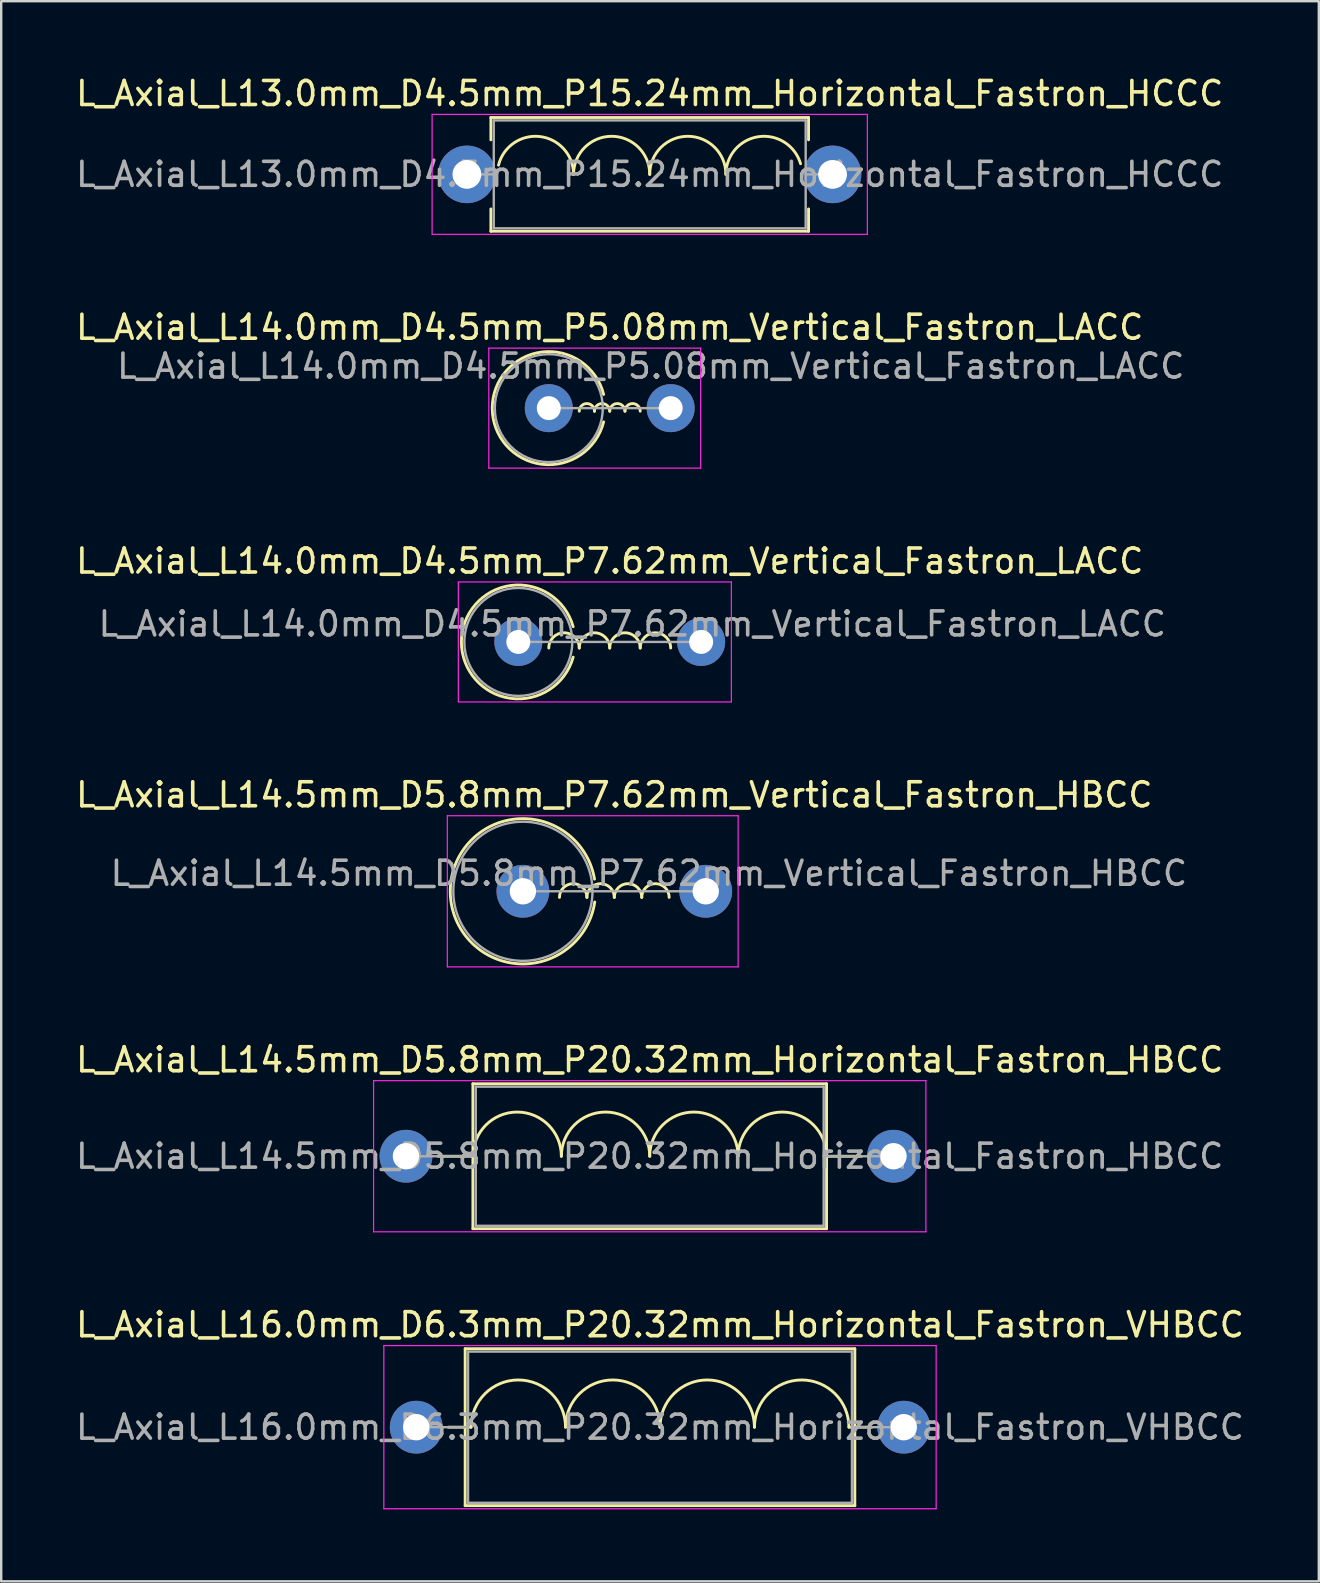
<source format=kicad_pcb>
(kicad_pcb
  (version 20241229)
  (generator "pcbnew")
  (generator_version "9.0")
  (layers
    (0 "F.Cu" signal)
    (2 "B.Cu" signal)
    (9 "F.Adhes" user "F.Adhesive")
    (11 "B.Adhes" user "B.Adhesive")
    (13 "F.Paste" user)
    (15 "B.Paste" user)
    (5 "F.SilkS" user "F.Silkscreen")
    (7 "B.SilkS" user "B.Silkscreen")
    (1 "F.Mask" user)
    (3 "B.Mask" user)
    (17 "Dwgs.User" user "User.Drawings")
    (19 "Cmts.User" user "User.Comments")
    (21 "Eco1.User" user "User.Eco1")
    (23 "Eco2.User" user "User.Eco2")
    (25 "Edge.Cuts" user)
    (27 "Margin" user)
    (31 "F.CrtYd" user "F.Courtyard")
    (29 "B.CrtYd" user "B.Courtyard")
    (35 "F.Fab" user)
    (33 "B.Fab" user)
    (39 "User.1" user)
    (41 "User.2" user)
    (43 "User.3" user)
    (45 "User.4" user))
  (footprint "L_Axial_L14.5mm_D5.8mm_P20.32mm_Horizontal_Fastron_HBCC"
    (layer "F.Cu")
    (at 13.87 45.141)
    (property "Reference" "L_Axial_L14.5mm_D5.8mm_P20.32mm_Horizontal_Fastron_HBCC" (at 10.16 -4.02 0) (layer "F.SilkS") (effects (font (size 1 1) (thickness 0.15))))
    (attr through_hole)
    (fp_line (start 1.34 0) (end 2.79 0) (stroke (width 0.12) (type solid)) (layer "F.SilkS"))
    (fp_line (start 2.79 -3.02) (end 2.79 3.02) (stroke (width 0.12) (type solid)) (layer "F.SilkS"))
    (fp_line (start 2.79 3.02) (end 17.53 3.02) (stroke (width 0.12) (type solid)) (layer "F.SilkS"))
    (fp_line (start 17.53 -3.02) (end 2.79 -3.02) (stroke (width 0.12) (type solid)) (layer "F.SilkS"))
    (fp_line (start 17.53 3.02) (end 17.53 -3.02) (stroke (width 0.12) (type solid)) (layer "F.SilkS"))
    (fp_line (start 18.98 0) (end 17.53 0) (stroke (width 0.12) (type solid)) (layer "F.SilkS"))
    (fp_arc (start 2.794 0) (mid 4.6355 -1.8415) (end 6.477 0) (stroke (width 0.12) (type solid)) (layer "F.SilkS"))
    (fp_arc (start 6.477 0) (mid 8.3185 -1.8415) (end 10.16 0) (stroke (width 0.12) (type solid)) (layer "F.SilkS"))
    (fp_arc (start 10.16 0) (mid 12.0015 -1.8415) (end 13.843 0) (stroke (width 0.12) (type solid)) (layer "F.SilkS"))
    (fp_arc (start 13.843 0) (mid 15.6845 -1.8415) (end 17.526 0) (stroke (width 0.12) (type solid)) (layer "F.SilkS"))
    (fp_line (start -1.35 -3.15) (end -1.35 3.15) (stroke (width 0.05) (type solid)) (layer "F.CrtYd"))
    (fp_line (start -1.35 3.15) (end 21.67 3.15) (stroke (width 0.05) (type solid)) (layer "F.CrtYd"))
    (fp_line (start 21.67 -3.15) (end -1.35 -3.15) (stroke (width 0.05) (type solid)) (layer "F.CrtYd"))
    (fp_line (start 21.67 3.15) (end 21.67 -3.15) (stroke (width 0.05) (type solid)) (layer "F.CrtYd"))
    (fp_line (start 0 0) (end 2.91 0) (stroke (width 0.1) (type solid)) (layer "F.Fab"))
    (fp_line (start 2.91 -2.9) (end 2.91 2.9) (stroke (width 0.1) (type solid)) (layer "F.Fab"))
    (fp_line (start 2.91 2.9) (end 17.41 2.9) (stroke (width 0.1) (type solid)) (layer "F.Fab"))
    (fp_line (start 17.41 -2.9) (end 2.91 -2.9) (stroke (width 0.1) (type solid)) (layer "F.Fab"))
    (fp_line (start 17.41 2.9) (end 17.41 -2.9) (stroke (width 0.1) (type solid)) (layer "F.Fab"))
    (fp_line (start 20.32 0) (end 17.41 0) (stroke (width 0.1) (type solid)) (layer "F.Fab"))
    (fp_text user "${REFERENCE}" (at 10.16 0 0) (layer "F.Fab") (effects (font (size 1 1) (thickness 0.15))))
    (pad "1" thru_hole circle (at 0 0) (size 2.2 2.2) (drill 1.1) (layers "*.Cu" "*.Mask"))
    (pad "2" thru_hole oval (at 20.32 0) (size 2.2 2.2) (drill 1.1) (layers "*.Cu" "*.Mask")))
  (footprint "L_Axial_L14.0mm_D4.5mm_P7.62mm_Vertical_Fastron_LACC"
    (layer "F.Cu")
    (at 18.553 23.705)
    (property "Reference" "L_Axial_L14.0mm_D4.5mm_P7.62mm_Vertical_Fastron_LACC" (at 3.81 -3.37 0) (layer "F.SilkS") (effects (font (size 1 1) (thickness 0.15))))
    (attr through_hole)
    (fp_arc (start 1.27 0.254) (mid 1.905 -0.381) (end 2.54 0.254) (stroke (width 0.12) (type solid)) (layer "F.SilkS"))
    (fp_arc (start 2.286 0.635) (mid -2.372556 0) (end 2.286 -0.635) (stroke (width 0.12) (type solid)) (layer "F.SilkS"))
    (fp_arc (start 2.54 0.254) (mid 3.175 -0.381) (end 3.81 0.254) (stroke (width 0.12) (type solid)) (layer "F.SilkS"))
    (fp_arc (start 3.81 0.254) (mid 4.445 -0.381) (end 5.08 0.254) (stroke (width 0.12) (type solid)) (layer "F.SilkS"))
    (fp_arc (start 5.08 0.254) (mid 5.715 -0.381) (end 6.35 0.254) (stroke (width 0.12) (type solid)) (layer "F.SilkS"))
    (fp_line (start -2.5 -2.5) (end -2.5 2.5) (stroke (width 0.05) (type solid)) (layer "F.CrtYd"))
    (fp_line (start -2.5 2.5) (end 8.88 2.5) (stroke (width 0.05) (type solid)) (layer "F.CrtYd"))
    (fp_line (start 8.88 -2.5) (end -2.5 -2.5) (stroke (width 0.05) (type solid)) (layer "F.CrtYd"))
    (fp_line (start 8.88 2.5) (end 8.88 -2.5) (stroke (width 0.05) (type solid)) (layer "F.CrtYd"))
    (fp_line (start 0 0) (end 7.62 0) (stroke (width 0.1) (type solid)) (layer "F.Fab"))
    (fp_circle (center 0 0) (end 2.25 0) (stroke (width 0.1) (type solid)) (fill no) (layer "F.Fab"))
    (fp_text user "${REFERENCE}" (at 4.75 -0.75 0) (layer "F.Fab") (effects (font (size 1 1) (thickness 0.15))))
    (pad "1" thru_hole circle (at 0 0) (size 2 2) (drill 1) (layers "*.Cu" "*.Mask"))
    (pad "2" thru_hole oval (at 7.62 0) (size 2 2) (drill 1) (layers "*.Cu" "*.Mask")))
  (footprint "L_Axial_L13.0mm_D4.5mm_P15.24mm_Horizontal_Fastron_HCCC"
    (layer "F.Cu")
    (at 16.41 4.218)
    (property "Reference" "L_Axial_L13.0mm_D4.5mm_P15.24mm_Horizontal_Fastron_HCCC" (at 7.62 -3.37 0) (layer "F.SilkS") (effects (font (size 1 1) (thickness 0.15))))
    (attr through_hole)
    (fp_line (start 1 -2.37) (end 14.24 -2.37) (stroke (width 0.12) (type solid)) (layer "F.SilkS"))
    (fp_line (start 1 -1.44) (end 1 -2.37) (stroke (width 0.12) (type solid)) (layer "F.SilkS"))
    (fp_line (start 1 1.44) (end 1 2.37) (stroke (width 0.12) (type solid)) (layer "F.SilkS"))
    (fp_line (start 1 2.37) (end 14.24 2.37) (stroke (width 0.12) (type solid)) (layer "F.SilkS"))
    (fp_line (start 14.24 -2.37) (end 14.24 -1.44) (stroke (width 0.12) (type solid)) (layer "F.SilkS"))
    (fp_line (start 14.24 2.37) (end 14.24 1.44) (stroke (width 0.12) (type solid)) (layer "F.SilkS"))
    (fp_arc (start 1.317399 -0.385025) (mid 3.051466 -1.575605) (end 4.445 0) (stroke (width 0.12) (type solid)) (layer "F.SilkS"))
    (fp_arc (start 4.445 0) (mid 6.0325 -1.5875) (end 7.62 0) (stroke (width 0.12) (type solid)) (layer "F.SilkS"))
    (fp_arc (start 7.62 0) (mid 9.2075 -1.5875) (end 10.795 0) (stroke (width 0.12) (type solid)) (layer "F.SilkS"))
    (fp_arc (start 10.795 0) (mid 12.157994 -1.571545) (end 13.9065 -0.4445) (stroke (width 0.12) (type solid)) (layer "F.SilkS"))
    (fp_line (start -1.45 -2.5) (end -1.45 2.5) (stroke (width 0.05) (type solid)) (layer "F.CrtYd"))
    (fp_line (start -1.45 2.5) (end 16.69 2.5) (stroke (width 0.05) (type solid)) (layer "F.CrtYd"))
    (fp_line (start 16.69 -2.5) (end -1.45 -2.5) (stroke (width 0.05) (type solid)) (layer "F.CrtYd"))
    (fp_line (start 16.69 2.5) (end 16.69 -2.5) (stroke (width 0.05) (type solid)) (layer "F.CrtYd"))
    (fp_line (start 0 0) (end 1.12 0) (stroke (width 0.1) (type solid)) (layer "F.Fab"))
    (fp_line (start 1.12 -2.25) (end 1.12 2.25) (stroke (width 0.1) (type solid)) (layer "F.Fab"))
    (fp_line (start 1.12 2.25) (end 14.12 2.25) (stroke (width 0.1) (type solid)) (layer "F.Fab"))
    (fp_line (start 14.12 -2.25) (end 1.12 -2.25) (stroke (width 0.1) (type solid)) (layer "F.Fab"))
    (fp_line (start 14.12 2.25) (end 14.12 -2.25) (stroke (width 0.1) (type solid)) (layer "F.Fab"))
    (fp_line (start 15.24 0) (end 14.12 0) (stroke (width 0.1) (type solid)) (layer "F.Fab"))
    (fp_text user "${REFERENCE}" (at 7.62 0 0) (layer "F.Fab") (effects (font (size 1 1) (thickness 0.15))))
    (pad "1" thru_hole circle (at 0 0) (size 2.4 2.4) (drill 1.2) (layers "*.Cu" "*.Mask"))
    (pad "2" thru_hole oval (at 15.24 0) (size 2.4 2.4) (drill 1.2) (layers "*.Cu" "*.Mask")))
  (footprint "L_Axial_L14.0mm_D4.5mm_P5.08mm_Vertical_Fastron_LACC"
    (layer "F.Cu")
    (at 19.823 13.961)
    (property "Reference" "L_Axial_L14.0mm_D4.5mm_P5.08mm_Vertical_Fastron_LACC" (at 2.54 -3.37 0) (layer "F.SilkS") (effects (font (size 1 1) (thickness 0.15))))
    (attr through_hole)
    (fp_arc (start 1.27 0.127) (mid 1.5875 -0.1905) (end 1.905 0.127) (stroke (width 0.12) (type solid)) (layer "F.SilkS"))
    (fp_arc (start 1.905 0.127) (mid 2.2225 -0.1905) (end 2.54 0.127) (stroke (width 0.12) (type solid)) (layer "F.SilkS"))
    (fp_arc (start 2.286 0.5715) (mid -2.356355 0) (end 2.286 -0.5715) (stroke (width 0.12) (type solid)) (layer "F.SilkS"))
    (fp_arc (start 2.54 0.127) (mid 2.8575 -0.1905) (end 3.175 0.127) (stroke (width 0.12) (type solid)) (layer "F.SilkS"))
    (fp_arc (start 3.175 0.127) (mid 3.4925 -0.1905) (end 3.81 0.127) (stroke (width 0.12) (type solid)) (layer "F.SilkS"))
    (fp_line (start -2.5 -2.5) (end -2.5 2.5) (stroke (width 0.05) (type solid)) (layer "F.CrtYd"))
    (fp_line (start -2.5 2.5) (end 6.33 2.5) (stroke (width 0.05) (type solid)) (layer "F.CrtYd"))
    (fp_line (start 6.33 -2.5) (end -2.5 -2.5) (stroke (width 0.05) (type solid)) (layer "F.CrtYd"))
    (fp_line (start 6.33 2.5) (end 6.33 -2.5) (stroke (width 0.05) (type solid)) (layer "F.CrtYd"))
    (fp_line (start 0 0) (end 5.08 0) (stroke (width 0.1) (type solid)) (layer "F.Fab"))
    (fp_circle (center 0 0) (end 2.25 0) (stroke (width 0.1) (type solid)) (fill no) (layer "F.Fab"))
    (fp_text user "${REFERENCE}" (at 4.25 -1.75 0) (layer "F.Fab") (effects (font (size 1 1) (thickness 0.15))))
    (pad "1" thru_hole circle (at 0 0) (size 2 2) (drill 1) (layers "*.Cu" "*.Mask"))
    (pad "2" thru_hole oval (at 5.08 0) (size 2 2) (drill 1) (layers "*.Cu" "*.Mask")))
  (footprint "L_Axial_L14.5mm_D5.8mm_P7.62mm_Vertical_Fastron_HBCC"
    (layer "F.Cu")
    (at 18.744 34.098)
    (property "Reference" "L_Axial_L14.5mm_D5.8mm_P7.62mm_Vertical_Fastron_HBCC" (at 3.81 -4.02 0) (layer "F.SilkS") (effects (font (size 1 1) (thickness 0.15))))
    (attr through_hole)
    (fp_arc (start 1.524 0.254) (mid 2.0955 -0.3175) (end 2.667 0.254) (stroke (width 0.12) (type solid)) (layer "F.SilkS"))
    (fp_arc (start 2.667 0.254) (mid 3.2385 -0.3175) (end 3.81 0.254) (stroke (width 0.12) (type solid)) (layer "F.SilkS"))
    (fp_arc (start 2.994397 0.445974) (mid -3.027263 0.031407) (end 2.9845 -0.508) (stroke (width 0.12) (type solid)) (layer "F.SilkS"))
    (fp_arc (start 3.81 0.254) (mid 4.3815 -0.3175) (end 4.953 0.254) (stroke (width 0.12) (type solid)) (layer "F.SilkS"))
    (fp_arc (start 4.953 0.254) (mid 5.5245 -0.3175) (end 6.096 0.254) (stroke (width 0.12) (type solid)) (layer "F.SilkS"))
    (fp_line (start -3.15 -3.15) (end -3.15 3.15) (stroke (width 0.05) (type solid)) (layer "F.CrtYd"))
    (fp_line (start -3.15 3.15) (end 8.97 3.15) (stroke (width 0.05) (type solid)) (layer "F.CrtYd"))
    (fp_line (start 8.97 -3.15) (end -3.15 -3.15) (stroke (width 0.05) (type solid)) (layer "F.CrtYd"))
    (fp_line (start 8.97 3.15) (end 8.97 -3.15) (stroke (width 0.05) (type solid)) (layer "F.CrtYd"))
    (fp_line (start 0 0) (end 7.62 0) (stroke (width 0.1) (type solid)) (layer "F.Fab"))
    (fp_circle (center 0 0) (end 2.9 0) (stroke (width 0.1) (type solid)) (fill no) (layer "F.Fab"))
    (fp_text user "${REFERENCE}" (at 5.25 -0.75 0) (layer "F.Fab") (effects (font (size 1 1) (thickness 0.15))))
    (pad "1" thru_hole circle (at 0 0) (size 2.2 2.2) (drill 1.1) (layers "*.Cu" "*.Mask"))
    (pad "2" thru_hole oval (at 7.62 0) (size 2.2 2.2) (drill 1.1) (layers "*.Cu" "*.Mask")))
  (footprint "L_Axial_L16.0mm_D6.3mm_P20.32mm_Horizontal_Fastron_VHBCC"
    (layer "F.Cu")
    (at 14.298 56.434)
    (property "Reference" "L_Axial_L16.0mm_D6.3mm_P20.32mm_Horizontal_Fastron_VHBCC" (at 10.16 -4.27 0) (layer "F.SilkS") (effects (font (size 1 1) (thickness 0.15))))
    (attr through_hole)
    (fp_line (start 1.34 0) (end 2.04 0) (stroke (width 0.12) (type solid)) (layer "F.SilkS"))
    (fp_line (start 2.04 -3.27) (end 2.04 3.27) (stroke (width 0.12) (type solid)) (layer "F.SilkS"))
    (fp_line (start 2.04 3.27) (end 18.28 3.27) (stroke (width 0.12) (type solid)) (layer "F.SilkS"))
    (fp_line (start 2.286 0) (end 2.04 0) (stroke (width 0.12) (type solid)) (layer "F.SilkS"))
    (fp_line (start 18.034 0) (end 18.288 0) (stroke (width 0.12) (type solid)) (layer "F.SilkS"))
    (fp_line (start 18.28 -3.27) (end 2.04 -3.27) (stroke (width 0.12) (type solid)) (layer "F.SilkS"))
    (fp_line (start 18.28 3.27) (end 18.28 -3.27) (stroke (width 0.12) (type solid)) (layer "F.SilkS"))
    (fp_line (start 18.98 0) (end 18.28 0) (stroke (width 0.12) (type solid)) (layer "F.SilkS"))
    (fp_arc (start 2.286 0) (mid 4.2545 -1.9685) (end 6.223 0) (stroke (width 0.12) (type solid)) (layer "F.SilkS"))
    (fp_arc (start 6.223 0) (mid 8.1915 -1.9685) (end 10.16 0) (stroke (width 0.12) (type solid)) (layer "F.SilkS"))
    (fp_arc (start 10.16 0) (mid 12.1285 -1.9685) (end 14.097 0) (stroke (width 0.12) (type solid)) (layer "F.SilkS"))
    (fp_arc (start 14.097 0) (mid 16.0655 -1.9685) (end 18.034 0) (stroke (width 0.12) (type solid)) (layer "F.SilkS"))
    (fp_line (start -1.35 -3.4) (end -1.35 3.4) (stroke (width 0.05) (type solid)) (layer "F.CrtYd"))
    (fp_line (start -1.35 3.4) (end 21.67 3.4) (stroke (width 0.05) (type solid)) (layer "F.CrtYd"))
    (fp_line (start 21.67 -3.4) (end -1.35 -3.4) (stroke (width 0.05) (type solid)) (layer "F.CrtYd"))
    (fp_line (start 21.67 3.4) (end 21.67 -3.4) (stroke (width 0.05) (type solid)) (layer "F.CrtYd"))
    (fp_line (start 0 0) (end 2.16 0) (stroke (width 0.1) (type solid)) (layer "F.Fab"))
    (fp_line (start 2.16 -3.15) (end 2.16 3.15) (stroke (width 0.1) (type solid)) (layer "F.Fab"))
    (fp_line (start 2.16 3.15) (end 18.16 3.15) (stroke (width 0.1) (type solid)) (layer "F.Fab"))
    (fp_line (start 18.16 -3.15) (end 2.16 -3.15) (stroke (width 0.1) (type solid)) (layer "F.Fab"))
    (fp_line (start 18.16 3.15) (end 18.16 -3.15) (stroke (width 0.1) (type solid)) (layer "F.Fab"))
    (fp_line (start 20.32 0) (end 18.16 0) (stroke (width 0.1) (type solid)) (layer "F.Fab"))
    (fp_text user "${REFERENCE}" (at 10.16 0 0) (layer "F.Fab") (effects (font (size 1 1) (thickness 0.15))))
    (pad "1" thru_hole circle (at 0 0) (size 2.2 2.2) (drill 1.1) (layers "*.Cu" "*.Mask"))
    (pad "2" thru_hole oval (at 20.32 0) (size 2.2 2.2) (drill 1.1) (layers "*.Cu" "*.Mask")))
  (gr_rect
    (start -3 -3)
    (end 51.917 62.859)
    (stroke (width 0.1) (type default))
    (fill no)
    (layer "Edge.Cuts")))
</source>
